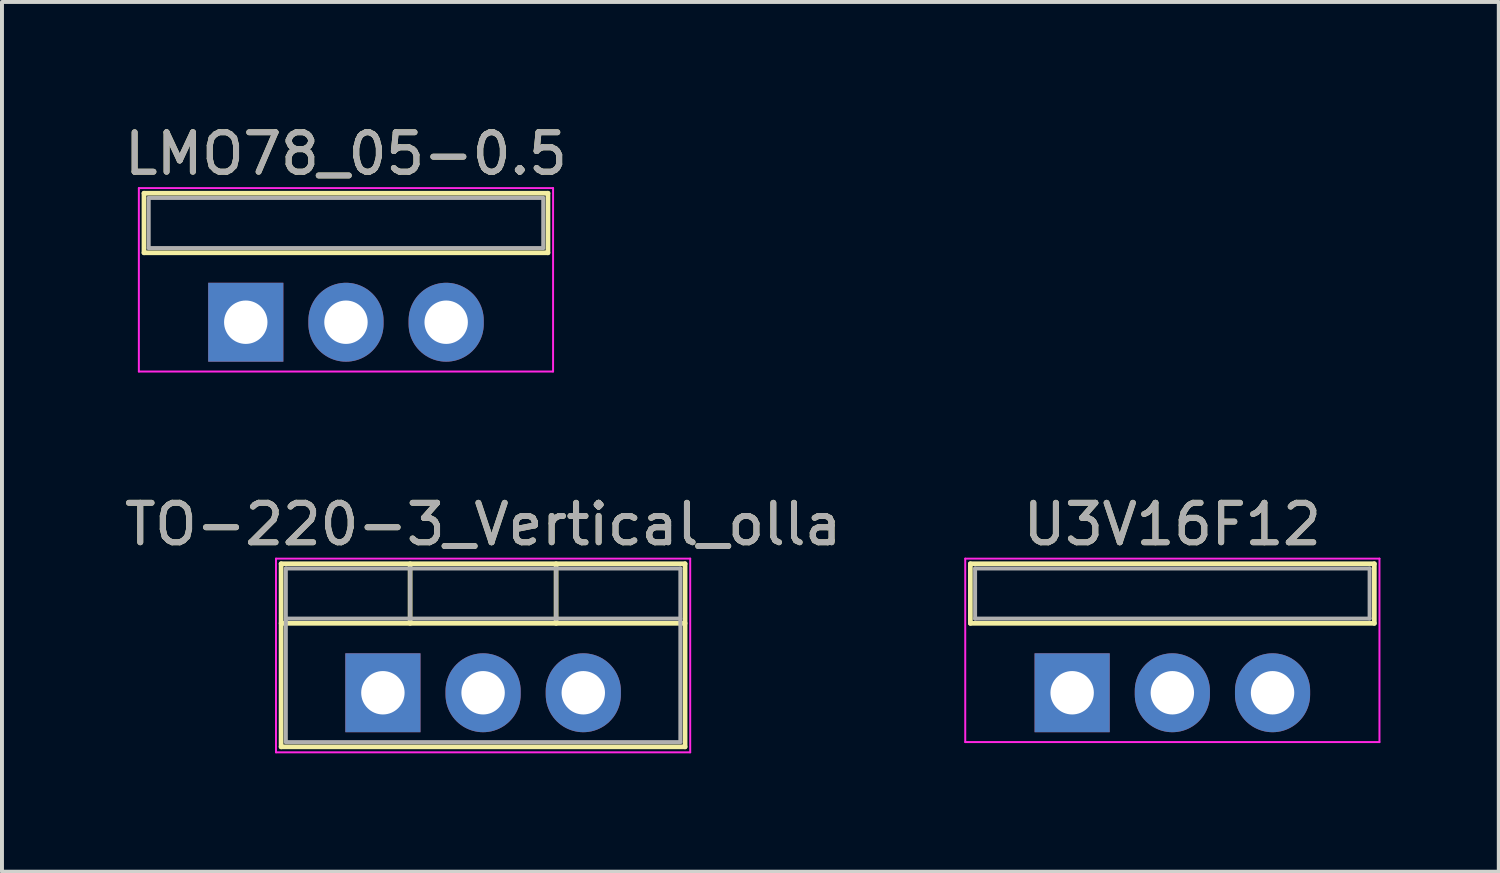
<source format=kicad_pcb>
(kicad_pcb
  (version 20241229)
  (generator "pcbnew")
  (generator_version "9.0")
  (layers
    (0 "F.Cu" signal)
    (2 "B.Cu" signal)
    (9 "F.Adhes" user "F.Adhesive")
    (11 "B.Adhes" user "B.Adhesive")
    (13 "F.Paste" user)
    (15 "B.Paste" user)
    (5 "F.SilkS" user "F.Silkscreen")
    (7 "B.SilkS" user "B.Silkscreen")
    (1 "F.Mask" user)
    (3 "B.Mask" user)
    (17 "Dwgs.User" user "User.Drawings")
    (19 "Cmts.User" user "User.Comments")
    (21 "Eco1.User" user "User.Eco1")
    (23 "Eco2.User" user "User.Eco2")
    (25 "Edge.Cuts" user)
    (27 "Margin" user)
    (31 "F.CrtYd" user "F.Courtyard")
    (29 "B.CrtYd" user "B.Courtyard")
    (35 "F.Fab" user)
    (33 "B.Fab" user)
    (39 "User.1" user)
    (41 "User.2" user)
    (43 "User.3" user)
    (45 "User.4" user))
  (footprint "U3V16F12"
    (layer "F.Cu")
    (at 24.128 14.511)
    (property "Reference" "U3V16F12" (at 2.54 -4.27 0) (layer "F.SilkS") (effects (font (size 1 1) (thickness 0.15))))
    (attr through_hole)
    (fp_line (start -2.58 -3.27) (end -2.58 -1.76) (stroke (width 0.12) (type solid)) (layer "F.SilkS"))
    (fp_line (start -2.58 -3.27) (end 7.66 -3.27) (stroke (width 0.12) (type solid)) (layer "F.SilkS"))
    (fp_line (start -2.58 -1.76) (end 7.66 -1.76) (stroke (width 0.12) (type solid)) (layer "F.SilkS"))
    (fp_line (start 7.66 -3.27) (end 7.66 -1.76) (stroke (width 0.12) (type solid)) (layer "F.SilkS"))
    (fp_line (start -2.71 -3.4) (end -2.71 1.25) (stroke (width 0.05) (type solid)) (layer "F.CrtYd"))
    (fp_line (start -2.71 1.25) (end 7.79 1.25) (stroke (width 0.05) (type solid)) (layer "F.CrtYd"))
    (fp_line (start 7.79 -3.4) (end -2.71 -3.4) (stroke (width 0.05) (type solid)) (layer "F.CrtYd"))
    (fp_line (start 7.79 1.25) (end 7.79 -3.4) (stroke (width 0.05) (type solid)) (layer "F.CrtYd"))
    (fp_line (start -2.46 -3.15) (end -2.46 -1.88) (stroke (width 0.1) (type solid)) (layer "F.Fab"))
    (fp_line (start -2.46 -1.88) (end 7.54 -1.88) (stroke (width 0.1) (type solid)) (layer "F.Fab"))
    (fp_line (start 7.54 -3.15) (end -2.46 -3.15) (stroke (width 0.1) (type solid)) (layer "F.Fab"))
    (fp_line (start 7.54 -1.88) (end 7.54 -3.15) (stroke (width 0.1) (type solid)) (layer "F.Fab"))
    (fp_text user "${REFERENCE}" (at 2.54 -4.27 0) (layer "F.Fab") (effects (font (size 1 1) (thickness 0.15))))
    (pad "1" thru_hole oval (at 5.08 0) (size 1.905 2) (drill 1.1) (layers "*.Cu" "*.Mask"))
    (pad "2" thru_hole oval (at 2.54 0) (size 1.905 2) (drill 1.1) (layers "*.Cu" "*.Mask"))
    (pad "3" thru_hole rect (at 0 0) (size 1.905 2) (drill 1.1) (layers "*.Cu" "*.Mask")))
  (footprint "LMO78_05-0.5"
    (layer "F.Cu")
    (at 3.18 5.118)
    (property "Reference" "LMO78_05-0.5" (at 2.54 -4.27 0) (layer "F.SilkS") (effects (font (size 1 1) (thickness 0.15))))
    (attr through_hole)
    (fp_line (start -2.58 -3.27) (end -2.58 -1.76) (stroke (width 0.12) (type solid)) (layer "F.SilkS"))
    (fp_line (start -2.58 -3.27) (end 7.66 -3.27) (stroke (width 0.12) (type solid)) (layer "F.SilkS"))
    (fp_line (start -2.58 -1.76) (end 7.66 -1.76) (stroke (width 0.12) (type solid)) (layer "F.SilkS"))
    (fp_line (start 7.66 -3.27) (end 7.66 -1.76) (stroke (width 0.12) (type solid)) (layer "F.SilkS"))
    (fp_line (start -2.71 -3.4) (end -2.71 1.25) (stroke (width 0.05) (type solid)) (layer "F.CrtYd"))
    (fp_line (start -2.71 1.25) (end 7.79 1.25) (stroke (width 0.05) (type solid)) (layer "F.CrtYd"))
    (fp_line (start 7.79 -3.4) (end -2.71 -3.4) (stroke (width 0.05) (type solid)) (layer "F.CrtYd"))
    (fp_line (start 7.79 1.25) (end 7.79 -3.4) (stroke (width 0.05) (type solid)) (layer "F.CrtYd"))
    (fp_line (start -2.46 -3.15) (end -2.46 -1.88) (stroke (width 0.1) (type solid)) (layer "F.Fab"))
    (fp_line (start -2.46 -1.88) (end 7.54 -1.88) (stroke (width 0.1) (type solid)) (layer "F.Fab"))
    (fp_line (start 7.54 -3.15) (end -2.46 -3.15) (stroke (width 0.1) (type solid)) (layer "F.Fab"))
    (fp_line (start 7.54 -1.88) (end 7.54 -3.15) (stroke (width 0.1) (type solid)) (layer "F.Fab"))
    (fp_text user "${REFERENCE}" (at 2.54 -4.27 0) (layer "F.Fab") (effects (font (size 1 1) (thickness 0.15))))
    (pad "1" thru_hole rect (at 0 0) (size 1.905 2) (drill 1.1) (layers "*.Cu" "*.Mask"))
    (pad "2" thru_hole oval (at 2.54 0) (size 1.905 2) (drill 1.1) (layers "*.Cu" "*.Mask"))
    (pad "3" thru_hole oval (at 5.08 0) (size 1.905 2) (drill 1.1) (layers "*.Cu" "*.Mask")))
  (footprint "TO-220-3_Vertical_olla"
    (layer "F.Cu")
    (at 6.656 14.511)
    (property "Reference" "TO-220-3_Vertical_olla" (at 2.54 -4.27 0) (layer "F.SilkS") (effects (font (size 1 1) (thickness 0.15))))
    (attr through_hole)
    (fp_line (start -2.58 -3.27) (end -2.58 1.371) (stroke (width 0.12) (type solid)) (layer "F.SilkS"))
    (fp_line (start -2.58 -3.27) (end 7.66 -3.27) (stroke (width 0.12) (type solid)) (layer "F.SilkS"))
    (fp_line (start -2.58 -1.76) (end 7.66 -1.76) (stroke (width 0.12) (type solid)) (layer "F.SilkS"))
    (fp_line (start -2.58 1.371) (end 7.66 1.371) (stroke (width 0.12) (type solid)) (layer "F.SilkS"))
    (fp_line (start 0.69 -3.27) (end 0.69 -1.76) (stroke (width 0.12) (type solid)) (layer "F.SilkS"))
    (fp_line (start 4.391 -3.27) (end 4.391 -1.76) (stroke (width 0.12) (type solid)) (layer "F.SilkS"))
    (fp_line (start 7.66 -3.27) (end 7.66 1.371) (stroke (width 0.12) (type solid)) (layer "F.SilkS"))
    (fp_line (start -2.71 -3.4) (end -2.71 1.51) (stroke (width 0.05) (type solid)) (layer "F.CrtYd"))
    (fp_line (start -2.71 1.51) (end 7.79 1.51) (stroke (width 0.05) (type solid)) (layer "F.CrtYd"))
    (fp_line (start 7.79 -3.4) (end -2.71 -3.4) (stroke (width 0.05) (type solid)) (layer "F.CrtYd"))
    (fp_line (start 7.79 1.51) (end 7.79 -3.4) (stroke (width 0.05) (type solid)) (layer "F.CrtYd"))
    (fp_line (start -2.46 -3.15) (end -2.46 1.25) (stroke (width 0.1) (type solid)) (layer "F.Fab"))
    (fp_line (start -2.46 -1.88) (end 7.54 -1.88) (stroke (width 0.1) (type solid)) (layer "F.Fab"))
    (fp_line (start -2.46 1.25) (end 7.54 1.25) (stroke (width 0.1) (type solid)) (layer "F.Fab"))
    (fp_line (start 0.69 -3.15) (end 0.69 -1.88) (stroke (width 0.1) (type solid)) (layer "F.Fab"))
    (fp_line (start 4.39 -3.15) (end 4.39 -1.88) (stroke (width 0.1) (type solid)) (layer "F.Fab"))
    (fp_line (start 7.54 -3.15) (end -2.46 -3.15) (stroke (width 0.1) (type solid)) (layer "F.Fab"))
    (fp_line (start 7.54 1.25) (end 7.54 -3.15) (stroke (width 0.1) (type solid)) (layer "F.Fab"))
    (fp_text user "${REFERENCE}" (at 2.54 -4.27 0) (layer "F.Fab") (effects (font (size 1 1) (thickness 0.15))))
    (pad "1" thru_hole oval (at 2.54 0) (size 1.905 2) (drill 1.1) (layers "*.Cu" "*.Mask"))
    (pad "2" thru_hole rect (at 0 0) (size 1.905 2) (drill 1.1) (layers "*.Cu" "*.Mask"))
    (pad "3" thru_hole oval (at 5.08 0) (size 1.905 2) (drill 1.1) (layers "*.Cu" "*.Mask")))
  (gr_rect
    (start -3 -3)
    (end 34.943 19.047)
    (stroke (width 0.1) (type default))
    (fill no)
    (layer "Edge.Cuts")))
</source>
